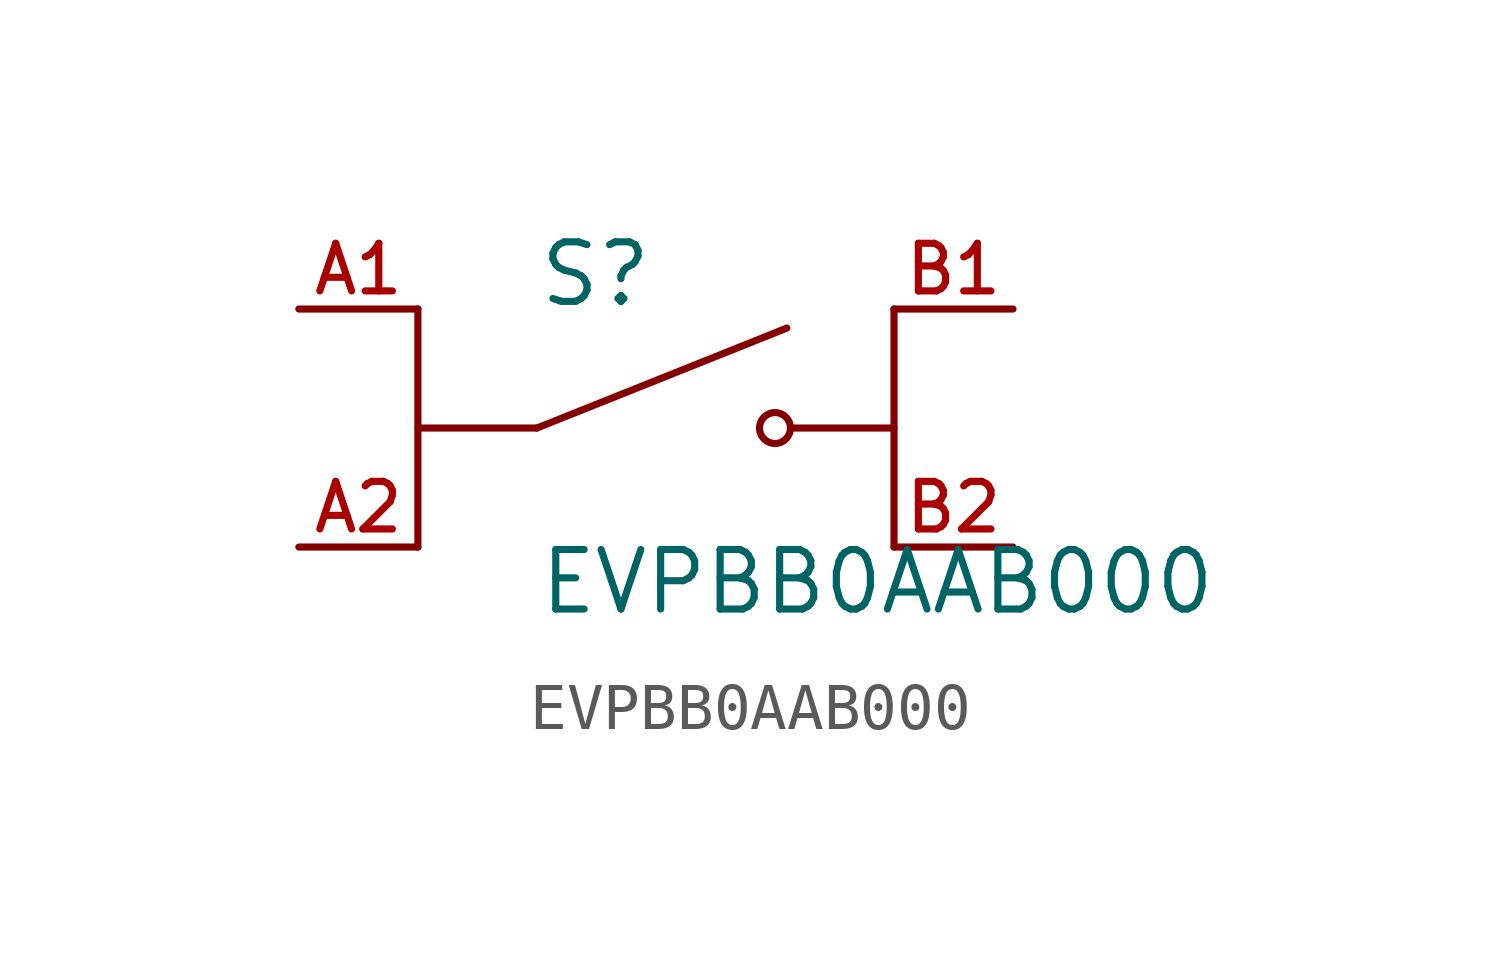
<source format=kicad_sym>
(kicad_symbol_lib
  (version 20211014)
  (generator kicad_symbol_editor)
  (symbol "EVPBB0AAB000"
    (pin_names
      (offset 1.016))
    (property "Reference" "S"
      (at -2.54 2.54 0)
      (effects (font (size 1.27 1.27)) (justify bottom left)))
    (property "Value" "EVPBB0AAB000"
      (at -2.54 -2.54 0)
      (effects (font (size 1.27 1.27)) (justify top left)))
    (symbol "EVPBB0AAB000_0_0"
      (polyline (pts (xy -2.54 0.0) (xy 2.794 2.134)) (stroke (width 0.152)))
      (circle (center 2.54 0.0) (radius 0.33) (stroke (width 0.152)) (fill (type none)))
      (polyline (pts (xy 5.08 0.0) (xy 2.921 0.0)) (stroke (width 0.152)))
      (polyline (pts (xy -2.54 0.0) (xy -5.08 0.0)) (stroke (width 0.152)))
      (polyline (pts (xy -5.08 2.54) (xy -5.08 -2.54)) (stroke (width 0.152)))
      (polyline (pts (xy 5.08 2.54) (xy 5.08 -2.54)) (stroke (width 0.152)))
      (pin passive line (at -7.62 2.54 0) (length 2.54) (name "~" (effects (font (size 1.016 1.016)))) (number "A1" (effects (font (size 1.016 1.016)))))
      (pin passive line (at -7.62 -2.54 0) (length 2.54) (name "~" (effects (font (size 1.016 1.016)))) (number "A2" (effects (font (size 1.016 1.016)))))
      (pin passive line (at 7.62 2.54 180.0) (length 2.54) (name "~" (effects (font (size 1.016 1.016)))) (number "B1" (effects (font (size 1.016 1.016)))))
      (pin passive line (at 7.62 -2.54 180.0) (length 2.54) (name "~" (effects (font (size 1.016 1.016)))) (number "B2" (effects (font (size 1.016 1.016))))))))
</source>
